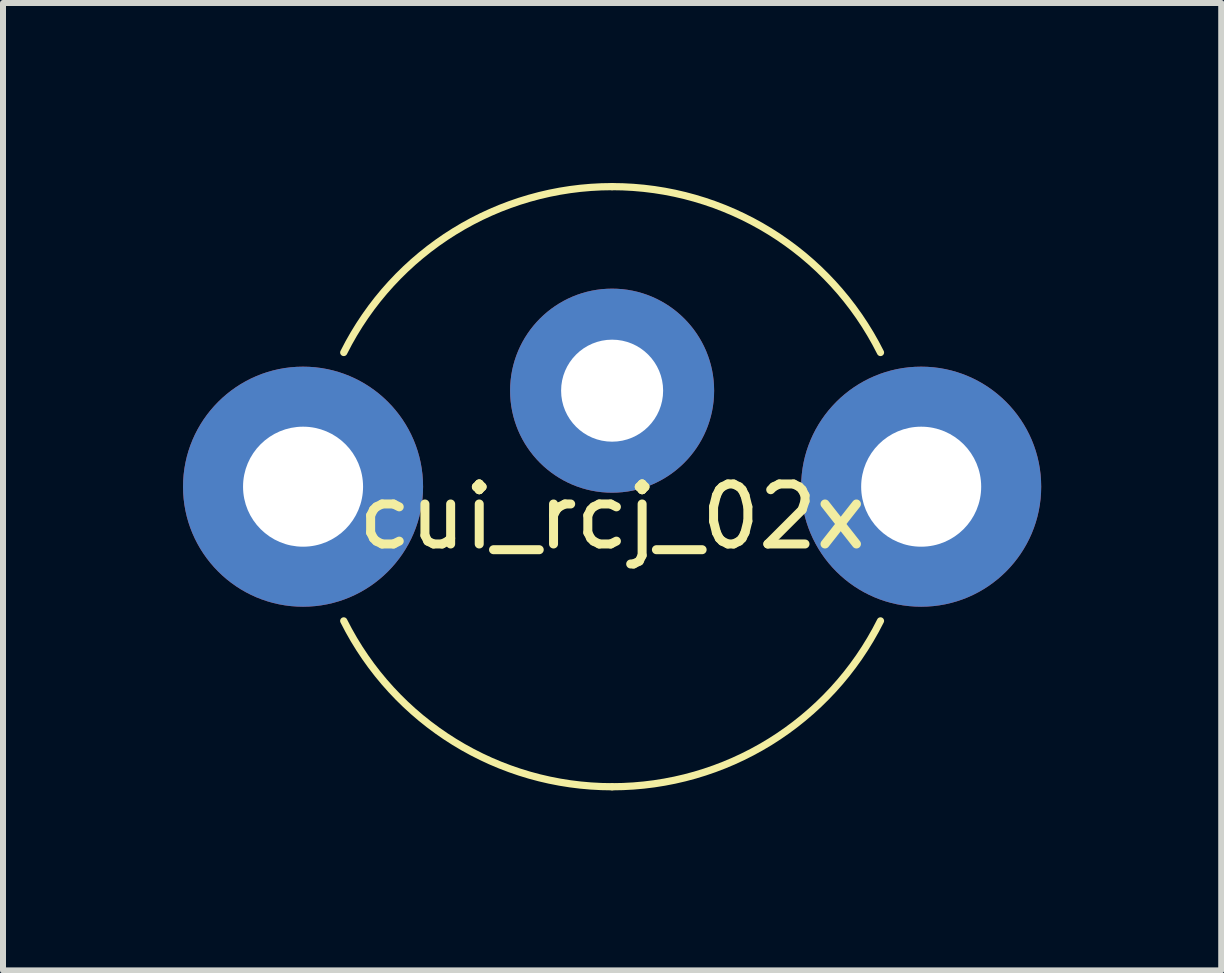
<source format=kicad_pcb>
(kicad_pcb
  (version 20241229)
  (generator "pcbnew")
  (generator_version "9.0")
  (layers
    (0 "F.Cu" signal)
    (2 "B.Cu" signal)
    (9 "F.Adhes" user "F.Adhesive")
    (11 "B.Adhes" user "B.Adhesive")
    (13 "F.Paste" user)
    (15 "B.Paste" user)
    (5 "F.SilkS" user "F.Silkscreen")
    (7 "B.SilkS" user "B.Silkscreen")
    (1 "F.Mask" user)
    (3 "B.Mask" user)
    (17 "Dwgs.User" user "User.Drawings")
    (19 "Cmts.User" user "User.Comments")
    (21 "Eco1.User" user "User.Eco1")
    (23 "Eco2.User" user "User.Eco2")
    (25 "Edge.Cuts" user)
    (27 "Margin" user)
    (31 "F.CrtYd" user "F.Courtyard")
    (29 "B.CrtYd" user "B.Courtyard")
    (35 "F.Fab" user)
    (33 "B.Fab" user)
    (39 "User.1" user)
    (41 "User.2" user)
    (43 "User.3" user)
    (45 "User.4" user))
  (footprint "cui_rcj_02x"
    (layer "F.Cu")
    (at 7.15 5.06)
    (property "Reference" "cui_rcj_02x" (at 0 0.5 0) (layer "F.SilkS") (effects (font (size 1 1) (thickness 0.15))))
    (attr through_hole)
    (fp_arc (start -4.472136 -2.236068) (mid -2.628656 -4.253254) (end 0 -5) (stroke (width 0.12) (type solid)) (layer "F.SilkS"))
    (fp_arc (start 0 -5) (mid 2.628656 -4.253254) (end 4.472136 -2.236068) (stroke (width 0.12) (type solid)) (layer "F.SilkS"))
    (fp_arc (start 0 5) (mid -2.628656 4.253254) (end -4.472136 2.236068) (stroke (width 0.12) (type solid)) (layer "F.SilkS"))
    (fp_arc (start 4.472136 2.236068) (mid 2.628656 4.253254) (end 0 5) (stroke (width 0.12) (type solid)) (layer "F.SilkS"))
    (pad "1" thru_hole circle (at 0 -1.6) (size 3.4 3.4) (drill 1.7) (layers "*.Cu" "*.Mask"))
    (pad "2" thru_hole circle (at -5.15 0) (size 4 4) (drill 2) (layers "*.Cu" "*.Mask"))
    (pad "2" thru_hole circle (at 5.15 0) (size 4 4) (drill 2) (layers "*.Cu" "*.Mask")))
  (gr_rect
    (start -3 -3)
    (end 17.3 13.12)
    (stroke (width 0.1) (type default))
    (fill no)
    (layer "Edge.Cuts")))
</source>
